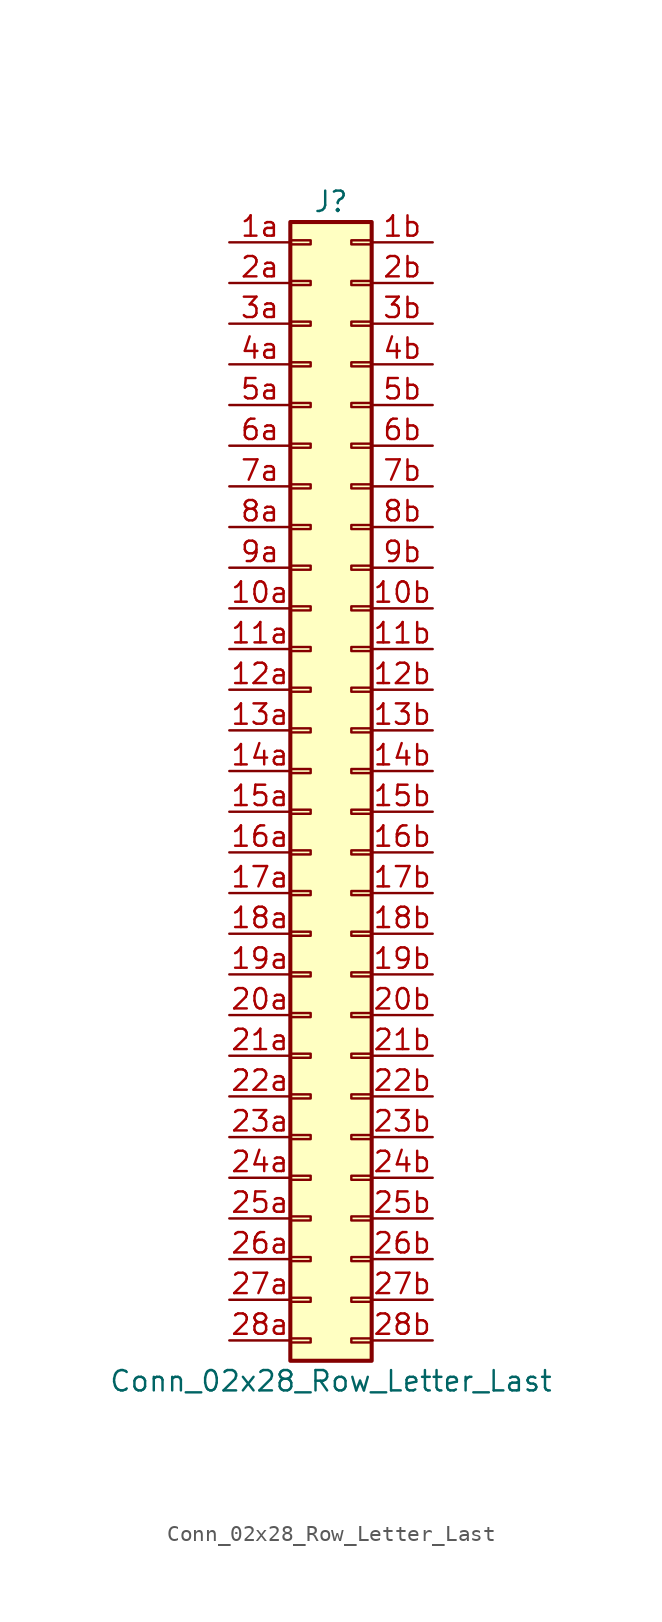
<source format=kicad_sym>
(kicad_symbol_lib
  (version 20201005)
  (generator kicad_symbol_editor)
  (symbol "Connector_Generic:Conn_02x28_Row_Letter_Last"
    (pin_names
      (offset 1.016) hide)
    (property "Reference" "J"
      (at 1.27 35.56 0)
      (effects (font (size 1.27 1.27))))
    (property "Value" "Conn_02x28_Row_Letter_Last"
      (at 1.27 -38.1 0)
      (effects (font (size 1.27 1.27))))
    (symbol "Conn_02x28_Row_Letter_Last_1_1"
      (rectangle (start -1.27 -27.813) (end 0 -28.067) (stroke (width 0.152)) (fill (type none)))
      (rectangle (start -1.27 -30.353) (end 0 -30.607) (stroke (width 0.152)) (fill (type none)))
      (rectangle (start -1.27 -32.893) (end 0 -33.147) (stroke (width 0.152)) (fill (type none)))
      (rectangle (start -1.27 -35.433) (end 0 -35.687) (stroke (width 0.152)) (fill (type none)))
      (rectangle (start -1.27 -4.953) (end 0 -5.207) (stroke (width 0.152)) (fill (type none)))
      (rectangle (start -1.27 -7.493) (end 0 -7.747) (stroke (width 0.152)) (fill (type none)))
      (rectangle (start -1.27 -10.033) (end 0 -10.287) (stroke (width 0.152)) (fill (type none)))
      (rectangle (start -1.27 -12.573) (end 0 -12.827) (stroke (width 0.152)) (fill (type none)))
      (rectangle (start -1.27 -15.113) (end 0 -15.367) (stroke (width 0.152)) (fill (type none)))
      (rectangle (start -1.27 -17.653) (end 0 -17.907) (stroke (width 0.152)) (fill (type none)))
      (rectangle (start -1.27 -20.193) (end 0 -20.447) (stroke (width 0.152)) (fill (type none)))
      (rectangle (start -1.27 -22.733) (end 0 -22.987) (stroke (width 0.152)) (fill (type none)))
      (rectangle (start -1.27 -2.413) (end 0 -2.667) (stroke (width 0.152)) (fill (type none)))
      (rectangle (start -1.27 -25.273) (end 0 -25.527) (stroke (width 0.152)) (fill (type none)))
      (rectangle (start -1.27 25.527) (end 0 25.273) (stroke (width 0.152)) (fill (type none)))
      (rectangle (start -1.27 2.667) (end 0 2.413) (stroke (width 0.152)) (fill (type none)))
      (rectangle (start -1.27 28.067) (end 0 27.813) (stroke (width 0.152)) (fill (type none)))
      (rectangle (start -1.27 30.607) (end 0 30.353) (stroke (width 0.152)) (fill (type none)))
      (rectangle (start -1.27 33.147) (end 0 32.893) (stroke (width 0.152)) (fill (type none)))
      (rectangle (start -1.27 34.29) (end 3.81 -36.83) (stroke (width 0.254)) (fill (type background)))
      (rectangle (start -1.27 5.207) (end 0 4.953) (stroke (width 0.152)) (fill (type none)))
      (rectangle (start -1.27 7.747) (end 0 7.493) (stroke (width 0.152)) (fill (type none)))
      (rectangle (start -1.27 10.287) (end 0 10.033) (stroke (width 0.152)) (fill (type none)))
      (rectangle (start -1.27 0.127) (end 0 -0.127) (stroke (width 0.152)) (fill (type none)))
      (rectangle (start -1.27 12.827) (end 0 12.573) (stroke (width 0.152)) (fill (type none)))
      (rectangle (start -1.27 15.367) (end 0 15.113) (stroke (width 0.152)) (fill (type none)))
      (rectangle (start -1.27 17.907) (end 0 17.653) (stroke (width 0.152)) (fill (type none)))
      (rectangle (start -1.27 20.447) (end 0 20.193) (stroke (width 0.152)) (fill (type none)))
      (rectangle (start -1.27 22.987) (end 0 22.733) (stroke (width 0.152)) (fill (type none)))
      (rectangle (start 3.81 -27.813) (end 2.54 -28.067) (stroke (width 0.152)) (fill (type none)))
      (rectangle (start 3.81 -30.353) (end 2.54 -30.607) (stroke (width 0.152)) (fill (type none)))
      (rectangle (start 3.81 -32.893) (end 2.54 -33.147) (stroke (width 0.152)) (fill (type none)))
      (rectangle (start 3.81 -35.433) (end 2.54 -35.687) (stroke (width 0.152)) (fill (type none)))
      (rectangle (start 3.81 -4.953) (end 2.54 -5.207) (stroke (width 0.152)) (fill (type none)))
      (rectangle (start 3.81 -7.493) (end 2.54 -7.747) (stroke (width 0.152)) (fill (type none)))
      (rectangle (start 3.81 -10.033) (end 2.54 -10.287) (stroke (width 0.152)) (fill (type none)))
      (rectangle (start 3.81 -12.573) (end 2.54 -12.827) (stroke (width 0.152)) (fill (type none)))
      (rectangle (start 3.81 -15.113) (end 2.54 -15.367) (stroke (width 0.152)) (fill (type none)))
      (rectangle (start 3.81 -17.653) (end 2.54 -17.907) (stroke (width 0.152)) (fill (type none)))
      (rectangle (start 3.81 -20.193) (end 2.54 -20.447) (stroke (width 0.152)) (fill (type none)))
      (rectangle (start 3.81 -22.733) (end 2.54 -22.987) (stroke (width 0.152)) (fill (type none)))
      (rectangle (start 3.81 -2.413) (end 2.54 -2.667) (stroke (width 0.152)) (fill (type none)))
      (rectangle (start 3.81 -25.273) (end 2.54 -25.527) (stroke (width 0.152)) (fill (type none)))
      (rectangle (start 3.81 25.527) (end 2.54 25.273) (stroke (width 0.152)) (fill (type none)))
      (rectangle (start 3.81 2.667) (end 2.54 2.413) (stroke (width 0.152)) (fill (type none)))
      (rectangle (start 3.81 28.067) (end 2.54 27.813) (stroke (width 0.152)) (fill (type none)))
      (rectangle (start 3.81 30.607) (end 2.54 30.353) (stroke (width 0.152)) (fill (type none)))
      (rectangle (start 3.81 33.147) (end 2.54 32.893) (stroke (width 0.152)) (fill (type none)))
      (rectangle (start 3.81 5.207) (end 2.54 4.953) (stroke (width 0.152)) (fill (type none)))
      (rectangle (start 3.81 7.747) (end 2.54 7.493) (stroke (width 0.152)) (fill (type none)))
      (rectangle (start 3.81 10.287) (end 2.54 10.033) (stroke (width 0.152)) (fill (type none)))
      (rectangle (start 3.81 0.127) (end 2.54 -0.127) (stroke (width 0.152)) (fill (type none)))
      (rectangle (start 3.81 12.827) (end 2.54 12.573) (stroke (width 0.152)) (fill (type none)))
      (rectangle (start 3.81 15.367) (end 2.54 15.113) (stroke (width 0.152)) (fill (type none)))
      (rectangle (start 3.81 17.907) (end 2.54 17.653) (stroke (width 0.152)) (fill (type none)))
      (rectangle (start 3.81 20.447) (end 2.54 20.193) (stroke (width 0.152)) (fill (type none)))
      (rectangle (start 3.81 22.987) (end 2.54 22.733) (stroke (width 0.152)) (fill (type none)))
      (pin passive line (at -5.08 10.16 0) (length 3.81) (name "Pin_10a" (effects (font (size 1.27 1.27)))) (number "10a" (effects (font (size 1.27 1.27)))))
      (pin passive line (at 7.62 10.16 180) (length 3.81) (name "Pin_10b" (effects (font (size 1.27 1.27)))) (number "10b" (effects (font (size 1.27 1.27)))))
      (pin passive line (at -5.08 7.62 0) (length 3.81) (name "Pin_11a" (effects (font (size 1.27 1.27)))) (number "11a" (effects (font (size 1.27 1.27)))))
      (pin passive line (at 7.62 7.62 180) (length 3.81) (name "Pin_11b" (effects (font (size 1.27 1.27)))) (number "11b" (effects (font (size 1.27 1.27)))))
      (pin passive line (at -5.08 5.08 0) (length 3.81) (name "Pin_12a" (effects (font (size 1.27 1.27)))) (number "12a" (effects (font (size 1.27 1.27)))))
      (pin passive line (at 7.62 5.08 180) (length 3.81) (name "Pin_12b" (effects (font (size 1.27 1.27)))) (number "12b" (effects (font (size 1.27 1.27)))))
      (pin passive line (at -5.08 2.54 0) (length 3.81) (name "Pin_13a" (effects (font (size 1.27 1.27)))) (number "13a" (effects (font (size 1.27 1.27)))))
      (pin passive line (at 7.62 2.54 180) (length 3.81) (name "Pin_13b" (effects (font (size 1.27 1.27)))) (number "13b" (effects (font (size 1.27 1.27)))))
      (pin passive line (at -5.08 0 0) (length 3.81) (name "Pin_14a" (effects (font (size 1.27 1.27)))) (number "14a" (effects (font (size 1.27 1.27)))))
      (pin passive line (at 7.62 0 180) (length 3.81) (name "Pin_14b" (effects (font (size 1.27 1.27)))) (number "14b" (effects (font (size 1.27 1.27)))))
      (pin passive line (at -5.08 -2.54 0) (length 3.81) (name "Pin_15a" (effects (font (size 1.27 1.27)))) (number "15a" (effects (font (size 1.27 1.27)))))
      (pin passive line (at 7.62 -2.54 180) (length 3.81) (name "Pin_15b" (effects (font (size 1.27 1.27)))) (number "15b" (effects (font (size 1.27 1.27)))))
      (pin passive line (at -5.08 -5.08 0) (length 3.81) (name "Pin_16a" (effects (font (size 1.27 1.27)))) (number "16a" (effects (font (size 1.27 1.27)))))
      (pin passive line (at 7.62 -5.08 180) (length 3.81) (name "Pin_16b" (effects (font (size 1.27 1.27)))) (number "16b" (effects (font (size 1.27 1.27)))))
      (pin passive line (at -5.08 -7.62 0) (length 3.81) (name "Pin_17a" (effects (font (size 1.27 1.27)))) (number "17a" (effects (font (size 1.27 1.27)))))
      (pin passive line (at 7.62 -7.62 180) (length 3.81) (name "Pin_17b" (effects (font (size 1.27 1.27)))) (number "17b" (effects (font (size 1.27 1.27)))))
      (pin passive line (at -5.08 -10.16 0) (length 3.81) (name "Pin_18a" (effects (font (size 1.27 1.27)))) (number "18a" (effects (font (size 1.27 1.27)))))
      (pin passive line (at 7.62 -10.16 180) (length 3.81) (name "Pin_18b" (effects (font (size 1.27 1.27)))) (number "18b" (effects (font (size 1.27 1.27)))))
      (pin passive line (at -5.08 -12.7 0) (length 3.81) (name "Pin_19a" (effects (font (size 1.27 1.27)))) (number "19a" (effects (font (size 1.27 1.27)))))
      (pin passive line (at 7.62 -12.7 180) (length 3.81) (name "Pin_19b" (effects (font (size 1.27 1.27)))) (number "19b" (effects (font (size 1.27 1.27)))))
      (pin passive line (at -5.08 33.02 0) (length 3.81) (name "Pin_1a" (effects (font (size 1.27 1.27)))) (number "1a" (effects (font (size 1.27 1.27)))))
      (pin passive line (at 7.62 33.02 180) (length 3.81) (name "Pin_1b" (effects (font (size 1.27 1.27)))) (number "1b" (effects (font (size 1.27 1.27)))))
      (pin passive line (at -5.08 -15.24 0) (length 3.81) (name "Pin_20a" (effects (font (size 1.27 1.27)))) (number "20a" (effects (font (size 1.27 1.27)))))
      (pin passive line (at 7.62 -15.24 180) (length 3.81) (name "Pin_20b" (effects (font (size 1.27 1.27)))) (number "20b" (effects (font (size 1.27 1.27)))))
      (pin passive line (at -5.08 -17.78 0) (length 3.81) (name "Pin_21a" (effects (font (size 1.27 1.27)))) (number "21a" (effects (font (size 1.27 1.27)))))
      (pin passive line (at 7.62 -17.78 180) (length 3.81) (name "Pin_21b" (effects (font (size 1.27 1.27)))) (number "21b" (effects (font (size 1.27 1.27)))))
      (pin passive line (at -5.08 -20.32 0) (length 3.81) (name "Pin_22a" (effects (font (size 1.27 1.27)))) (number "22a" (effects (font (size 1.27 1.27)))))
      (pin passive line (at 7.62 -20.32 180) (length 3.81) (name "Pin_22b" (effects (font (size 1.27 1.27)))) (number "22b" (effects (font (size 1.27 1.27)))))
      (pin passive line (at -5.08 -22.86 0) (length 3.81) (name "Pin_23a" (effects (font (size 1.27 1.27)))) (number "23a" (effects (font (size 1.27 1.27)))))
      (pin passive line (at 7.62 -22.86 180) (length 3.81) (name "Pin_23b" (effects (font (size 1.27 1.27)))) (number "23b" (effects (font (size 1.27 1.27)))))
      (pin passive line (at -5.08 -25.4 0) (length 3.81) (name "Pin_24a" (effects (font (size 1.27 1.27)))) (number "24a" (effects (font (size 1.27 1.27)))))
      (pin passive line (at 7.62 -25.4 180) (length 3.81) (name "Pin_24b" (effects (font (size 1.27 1.27)))) (number "24b" (effects (font (size 1.27 1.27)))))
      (pin passive line (at -5.08 -27.94 0) (length 3.81) (name "Pin_25a" (effects (font (size 1.27 1.27)))) (number "25a" (effects (font (size 1.27 1.27)))))
      (pin passive line (at 7.62 -27.94 180) (length 3.81) (name "Pin_25b" (effects (font (size 1.27 1.27)))) (number "25b" (effects (font (size 1.27 1.27)))))
      (pin passive line (at -5.08 -30.48 0) (length 3.81) (name "Pin_26a" (effects (font (size 1.27 1.27)))) (number "26a" (effects (font (size 1.27 1.27)))))
      (pin passive line (at 7.62 -30.48 180) (length 3.81) (name "Pin_26b" (effects (font (size 1.27 1.27)))) (number "26b" (effects (font (size 1.27 1.27)))))
      (pin passive line (at -5.08 -33.02 0) (length 3.81) (name "Pin_27a" (effects (font (size 1.27 1.27)))) (number "27a" (effects (font (size 1.27 1.27)))))
      (pin passive line (at 7.62 -33.02 180) (length 3.81) (name "Pin_27b" (effects (font (size 1.27 1.27)))) (number "27b" (effects (font (size 1.27 1.27)))))
      (pin passive line (at -5.08 -35.56 0) (length 3.81) (name "Pin_28a" (effects (font (size 1.27 1.27)))) (number "28a" (effects (font (size 1.27 1.27)))))
      (pin passive line (at 7.62 -35.56 180) (length 3.81) (name "Pin_28b" (effects (font (size 1.27 1.27)))) (number "28b" (effects (font (size 1.27 1.27)))))
      (pin passive line (at -5.08 30.48 0) (length 3.81) (name "Pin_2a" (effects (font (size 1.27 1.27)))) (number "2a" (effects (font (size 1.27 1.27)))))
      (pin passive line (at 7.62 30.48 180) (length 3.81) (name "Pin_2b" (effects (font (size 1.27 1.27)))) (number "2b" (effects (font (size 1.27 1.27)))))
      (pin passive line (at -5.08 27.94 0) (length 3.81) (name "Pin_3a" (effects (font (size 1.27 1.27)))) (number "3a" (effects (font (size 1.27 1.27)))))
      (pin passive line (at 7.62 27.94 180) (length 3.81) (name "Pin_3b" (effects (font (size 1.27 1.27)))) (number "3b" (effects (font (size 1.27 1.27)))))
      (pin passive line (at -5.08 25.4 0) (length 3.81) (name "Pin_4a" (effects (font (size 1.27 1.27)))) (number "4a" (effects (font (size 1.27 1.27)))))
      (pin passive line (at 7.62 25.4 180) (length 3.81) (name "Pin_4b" (effects (font (size 1.27 1.27)))) (number "4b" (effects (font (size 1.27 1.27)))))
      (pin passive line (at -5.08 22.86 0) (length 3.81) (name "Pin_5a" (effects (font (size 1.27 1.27)))) (number "5a" (effects (font (size 1.27 1.27)))))
      (pin passive line (at 7.62 22.86 180) (length 3.81) (name "Pin_5b" (effects (font (size 1.27 1.27)))) (number "5b" (effects (font (size 1.27 1.27)))))
      (pin passive line (at -5.08 20.32 0) (length 3.81) (name "Pin_6a" (effects (font (size 1.27 1.27)))) (number "6a" (effects (font (size 1.27 1.27)))))
      (pin passive line (at 7.62 20.32 180) (length 3.81) (name "Pin_6b" (effects (font (size 1.27 1.27)))) (number "6b" (effects (font (size 1.27 1.27)))))
      (pin passive line (at -5.08 17.78 0) (length 3.81) (name "Pin_7a" (effects (font (size 1.27 1.27)))) (number "7a" (effects (font (size 1.27 1.27)))))
      (pin passive line (at 7.62 17.78 180) (length 3.81) (name "Pin_7b" (effects (font (size 1.27 1.27)))) (number "7b" (effects (font (size 1.27 1.27)))))
      (pin passive line (at -5.08 15.24 0) (length 3.81) (name "Pin_8a" (effects (font (size 1.27 1.27)))) (number "8a" (effects (font (size 1.27 1.27)))))
      (pin passive line (at 7.62 15.24 180) (length 3.81) (name "Pin_8b" (effects (font (size 1.27 1.27)))) (number "8b" (effects (font (size 1.27 1.27)))))
      (pin passive line (at -5.08 12.7 0) (length 3.81) (name "Pin_9a" (effects (font (size 1.27 1.27)))) (number "9a" (effects (font (size 1.27 1.27)))))
      (pin passive line (at 7.62 12.7 180) (length 3.81) (name "Pin_9b" (effects (font (size 1.27 1.27)))) (number "9b" (effects (font (size 1.27 1.27))))))))
</source>
